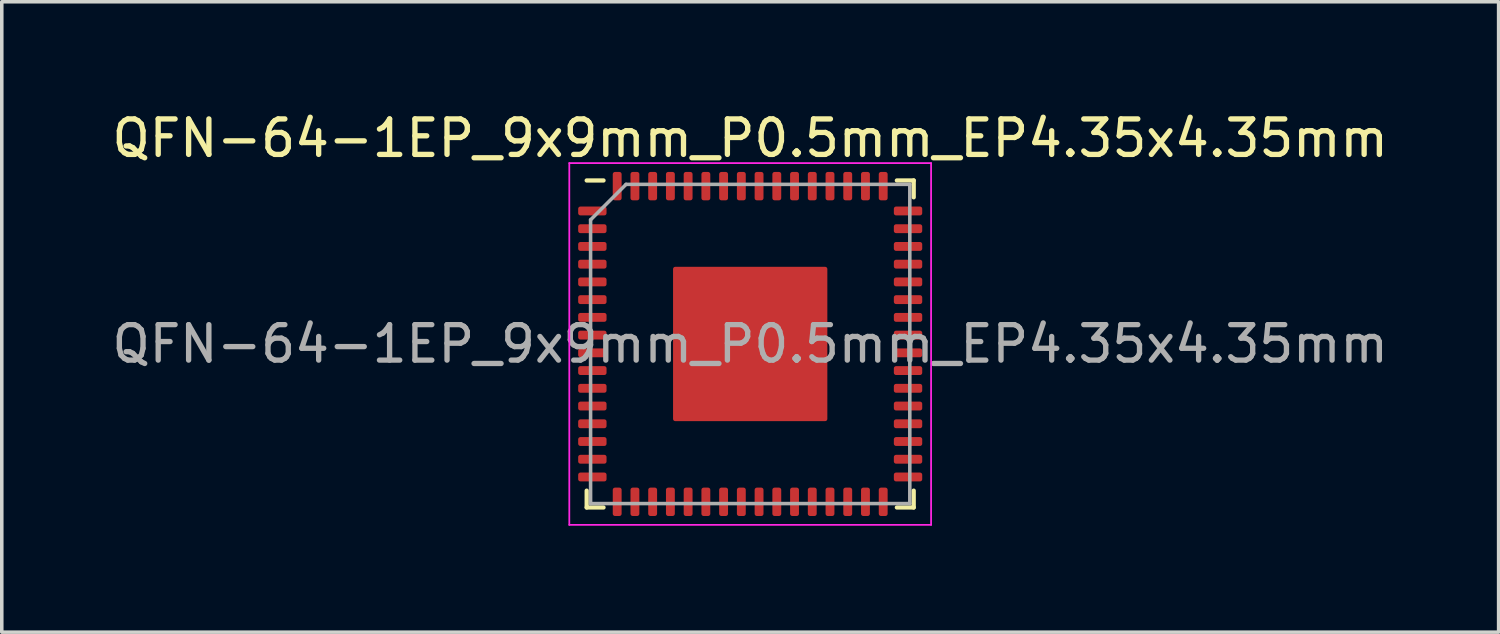
<source format=kicad_pcb>
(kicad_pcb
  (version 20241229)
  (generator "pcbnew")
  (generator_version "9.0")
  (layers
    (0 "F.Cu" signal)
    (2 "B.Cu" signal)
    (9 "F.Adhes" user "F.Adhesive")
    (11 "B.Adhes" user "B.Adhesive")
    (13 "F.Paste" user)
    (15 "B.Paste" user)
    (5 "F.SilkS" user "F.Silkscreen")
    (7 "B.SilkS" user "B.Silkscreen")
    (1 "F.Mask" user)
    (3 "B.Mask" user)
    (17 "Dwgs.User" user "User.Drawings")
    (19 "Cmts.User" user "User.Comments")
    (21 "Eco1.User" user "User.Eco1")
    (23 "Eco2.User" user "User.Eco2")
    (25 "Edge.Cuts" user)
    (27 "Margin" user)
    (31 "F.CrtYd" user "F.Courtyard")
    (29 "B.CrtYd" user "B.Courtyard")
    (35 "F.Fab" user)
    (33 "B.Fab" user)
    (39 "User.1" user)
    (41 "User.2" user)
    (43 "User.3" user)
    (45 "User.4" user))
  (footprint "QFN-64-1EP_9x9mm_P0.5mm_EP4.35x4.35mm"
    (layer "F.Cu")
    (at 18.101 6.648)
    (property "Reference" "QFN-64-1EP_9x9mm_P0.5mm_EP4.35x4.35mm" (at 0 -5.8 0) (layer "F.SilkS") (effects (font (size 1 1) (thickness 0.15))))
    (attr smd)
    (fp_line (start -4.61 4.61) (end -4.61 4.135) (stroke (width 0.12) (type solid)) (layer "F.SilkS"))
    (fp_line (start -4.135 -4.61) (end -4.61 -4.61) (stroke (width 0.12) (type solid)) (layer "F.SilkS"))
    (fp_line (start -4.135 4.61) (end -4.61 4.61) (stroke (width 0.12) (type solid)) (layer "F.SilkS"))
    (fp_line (start 4.135 -4.61) (end 4.61 -4.61) (stroke (width 0.12) (type solid)) (layer "F.SilkS"))
    (fp_line (start 4.135 4.61) (end 4.61 4.61) (stroke (width 0.12) (type solid)) (layer "F.SilkS"))
    (fp_line (start 4.61 -4.61) (end 4.61 -4.135) (stroke (width 0.12) (type solid)) (layer "F.SilkS"))
    (fp_line (start 4.61 4.61) (end 4.61 4.135) (stroke (width 0.12) (type solid)) (layer "F.SilkS"))
    (fp_line (start -5.1 -5.1) (end -5.1 5.1) (stroke (width 0.05) (type solid)) (layer "F.CrtYd"))
    (fp_line (start -5.1 5.1) (end 5.1 5.1) (stroke (width 0.05) (type solid)) (layer "F.CrtYd"))
    (fp_line (start 5.1 -5.1) (end -5.1 -5.1) (stroke (width 0.05) (type solid)) (layer "F.CrtYd"))
    (fp_line (start 5.1 5.1) (end 5.1 -5.1) (stroke (width 0.05) (type solid)) (layer "F.CrtYd"))
    (fp_line (start -4.5 -3.5) (end -3.5 -4.5) (stroke (width 0.1) (type solid)) (layer "F.Fab"))
    (fp_line (start -4.5 4.5) (end -4.5 -3.5) (stroke (width 0.1) (type solid)) (layer "F.Fab"))
    (fp_line (start -3.5 -4.5) (end 4.5 -4.5) (stroke (width 0.1) (type solid)) (layer "F.Fab"))
    (fp_line (start 4.5 -4.5) (end 4.5 4.5) (stroke (width 0.1) (type solid)) (layer "F.Fab"))
    (fp_line (start 4.5 4.5) (end -4.5 4.5) (stroke (width 0.1) (type solid)) (layer "F.Fab"))
    (fp_text user "${REFERENCE}" (at 0 0 0) (layer "F.Fab") (effects (font (size 1 1) (thickness 0.15))))
    (pad "" smd roundrect (at -1.45 -1.45) (size 1.17 1.17) (layers "F.Paste") (roundrect_rratio 0.214))
    (pad "" smd roundrect (at -1.45 0) (size 1.17 1.17) (layers "F.Paste") (roundrect_rratio 0.214))
    (pad "" smd roundrect (at -1.45 1.45) (size 1.17 1.17) (layers "F.Paste") (roundrect_rratio 0.214))
    (pad "" smd roundrect (at 0 -1.45) (size 1.17 1.17) (layers "F.Paste") (roundrect_rratio 0.214))
    (pad "" smd roundrect (at 0 0) (size 1.17 1.17) (layers "F.Paste") (roundrect_rratio 0.214))
    (pad "" smd roundrect (at 0 1.45) (size 1.17 1.17) (layers "F.Paste") (roundrect_rratio 0.214))
    (pad "" smd roundrect (at 1.45 -1.45) (size 1.17 1.17) (layers "F.Paste") (roundrect_rratio 0.214))
    (pad "" smd roundrect (at 1.45 0) (size 1.17 1.17) (layers "F.Paste") (roundrect_rratio 0.214))
    (pad "" smd roundrect (at 1.45 1.45) (size 1.17 1.17) (layers "F.Paste") (roundrect_rratio 0.214))
    (pad "1" smd roundrect (at -4.45 -3.75) (size 0.8 0.25) (layers "F.Cu" "F.Mask" "F.Paste") (roundrect_rratio 0.25))
    (pad "2" smd roundrect (at -4.45 -3.25) (size 0.8 0.25) (layers "F.Cu" "F.Mask" "F.Paste") (roundrect_rratio 0.25))
    (pad "3" smd roundrect (at -4.45 -2.75) (size 0.8 0.25) (layers "F.Cu" "F.Mask" "F.Paste") (roundrect_rratio 0.25))
    (pad "4" smd roundrect (at -4.45 -2.25) (size 0.8 0.25) (layers "F.Cu" "F.Mask" "F.Paste") (roundrect_rratio 0.25))
    (pad "5" smd roundrect (at -4.45 -1.75) (size 0.8 0.25) (layers "F.Cu" "F.Mask" "F.Paste") (roundrect_rratio 0.25))
    (pad "6" smd roundrect (at -4.45 -1.25) (size 0.8 0.25) (layers "F.Cu" "F.Mask" "F.Paste") (roundrect_rratio 0.25))
    (pad "7" smd roundrect (at -4.45 -0.75) (size 0.8 0.25) (layers "F.Cu" "F.Mask" "F.Paste") (roundrect_rratio 0.25))
    (pad "8" smd roundrect (at -4.45 -0.25) (size 0.8 0.25) (layers "F.Cu" "F.Mask" "F.Paste") (roundrect_rratio 0.25))
    (pad "9" smd roundrect (at -4.45 0.25) (size 0.8 0.25) (layers "F.Cu" "F.Mask" "F.Paste") (roundrect_rratio 0.25))
    (pad "10" smd roundrect (at -4.45 0.75) (size 0.8 0.25) (layers "F.Cu" "F.Mask" "F.Paste") (roundrect_rratio 0.25))
    (pad "11" smd roundrect (at -4.45 1.25) (size 0.8 0.25) (layers "F.Cu" "F.Mask" "F.Paste") (roundrect_rratio 0.25))
    (pad "12" smd roundrect (at -4.45 1.75) (size 0.8 0.25) (layers "F.Cu" "F.Mask" "F.Paste") (roundrect_rratio 0.25))
    (pad "13" smd roundrect (at -4.45 2.25) (size 0.8 0.25) (layers "F.Cu" "F.Mask" "F.Paste") (roundrect_rratio 0.25))
    (pad "14" smd roundrect (at -4.45 2.75) (size 0.8 0.25) (layers "F.Cu" "F.Mask" "F.Paste") (roundrect_rratio 0.25))
    (pad "15" smd roundrect (at -4.45 3.25) (size 0.8 0.25) (layers "F.Cu" "F.Mask" "F.Paste") (roundrect_rratio 0.25))
    (pad "16" smd roundrect (at -4.45 3.75) (size 0.8 0.25) (layers "F.Cu" "F.Mask" "F.Paste") (roundrect_rratio 0.25))
    (pad "17" smd roundrect (at -3.75 4.45) (size 0.25 0.8) (layers "F.Cu" "F.Mask" "F.Paste") (roundrect_rratio 0.25))
    (pad "18" smd roundrect (at -3.25 4.45) (size 0.25 0.8) (layers "F.Cu" "F.Mask" "F.Paste") (roundrect_rratio 0.25))
    (pad "19" smd roundrect (at -2.75 4.45) (size 0.25 0.8) (layers "F.Cu" "F.Mask" "F.Paste") (roundrect_rratio 0.25))
    (pad "20" smd roundrect (at -2.25 4.45) (size 0.25 0.8) (layers "F.Cu" "F.Mask" "F.Paste") (roundrect_rratio 0.25))
    (pad "21" smd roundrect (at -1.75 4.45) (size 0.25 0.8) (layers "F.Cu" "F.Mask" "F.Paste") (roundrect_rratio 0.25))
    (pad "22" smd roundrect (at -1.25 4.45) (size 0.25 0.8) (layers "F.Cu" "F.Mask" "F.Paste") (roundrect_rratio 0.25))
    (pad "23" smd roundrect (at -0.75 4.45) (size 0.25 0.8) (layers "F.Cu" "F.Mask" "F.Paste") (roundrect_rratio 0.25))
    (pad "24" smd roundrect (at -0.25 4.45) (size 0.25 0.8) (layers "F.Cu" "F.Mask" "F.Paste") (roundrect_rratio 0.25))
    (pad "25" smd roundrect (at 0.25 4.45) (size 0.25 0.8) (layers "F.Cu" "F.Mask" "F.Paste") (roundrect_rratio 0.25))
    (pad "26" smd roundrect (at 0.75 4.45) (size 0.25 0.8) (layers "F.Cu" "F.Mask" "F.Paste") (roundrect_rratio 0.25))
    (pad "27" smd roundrect (at 1.25 4.45) (size 0.25 0.8) (layers "F.Cu" "F.Mask" "F.Paste") (roundrect_rratio 0.25))
    (pad "28" smd roundrect (at 1.75 4.45) (size 0.25 0.8) (layers "F.Cu" "F.Mask" "F.Paste") (roundrect_rratio 0.25))
    (pad "29" smd roundrect (at 2.25 4.45) (size 0.25 0.8) (layers "F.Cu" "F.Mask" "F.Paste") (roundrect_rratio 0.25))
    (pad "30" smd roundrect (at 2.75 4.45) (size 0.25 0.8) (layers "F.Cu" "F.Mask" "F.Paste") (roundrect_rratio 0.25))
    (pad "31" smd roundrect (at 3.25 4.45) (size 0.25 0.8) (layers "F.Cu" "F.Mask" "F.Paste") (roundrect_rratio 0.25))
    (pad "32" smd roundrect (at 3.75 4.45) (size 0.25 0.8) (layers "F.Cu" "F.Mask" "F.Paste") (roundrect_rratio 0.25))
    (pad "33" smd roundrect (at 4.45 3.75) (size 0.8 0.25) (layers "F.Cu" "F.Mask" "F.Paste") (roundrect_rratio 0.25))
    (pad "34" smd roundrect (at 4.45 3.25) (size 0.8 0.25) (layers "F.Cu" "F.Mask" "F.Paste") (roundrect_rratio 0.25))
    (pad "35" smd roundrect (at 4.45 2.75) (size 0.8 0.25) (layers "F.Cu" "F.Mask" "F.Paste") (roundrect_rratio 0.25))
    (pad "36" smd roundrect (at 4.45 2.25) (size 0.8 0.25) (layers "F.Cu" "F.Mask" "F.Paste") (roundrect_rratio 0.25))
    (pad "37" smd roundrect (at 4.45 1.75) (size 0.8 0.25) (layers "F.Cu" "F.Mask" "F.Paste") (roundrect_rratio 0.25))
    (pad "38" smd roundrect (at 4.45 1.25) (size 0.8 0.25) (layers "F.Cu" "F.Mask" "F.Paste") (roundrect_rratio 0.25))
    (pad "39" smd roundrect (at 4.45 0.75) (size 0.8 0.25) (layers "F.Cu" "F.Mask" "F.Paste") (roundrect_rratio 0.25))
    (pad "40" smd roundrect (at 4.45 0.25) (size 0.8 0.25) (layers "F.Cu" "F.Mask" "F.Paste") (roundrect_rratio 0.25))
    (pad "41" smd roundrect (at 4.45 -0.25) (size 0.8 0.25) (layers "F.Cu" "F.Mask" "F.Paste") (roundrect_rratio 0.25))
    (pad "42" smd roundrect (at 4.45 -0.75) (size 0.8 0.25) (layers "F.Cu" "F.Mask" "F.Paste") (roundrect_rratio 0.25))
    (pad "43" smd roundrect (at 4.45 -1.25) (size 0.8 0.25) (layers "F.Cu" "F.Mask" "F.Paste") (roundrect_rratio 0.25))
    (pad "44" smd roundrect (at 4.45 -1.75) (size 0.8 0.25) (layers "F.Cu" "F.Mask" "F.Paste") (roundrect_rratio 0.25))
    (pad "45" smd roundrect (at 4.45 -2.25) (size 0.8 0.25) (layers "F.Cu" "F.Mask" "F.Paste") (roundrect_rratio 0.25))
    (pad "46" smd roundrect (at 4.45 -2.75) (size 0.8 0.25) (layers "F.Cu" "F.Mask" "F.Paste") (roundrect_rratio 0.25))
    (pad "47" smd roundrect (at 4.45 -3.25) (size 0.8 0.25) (layers "F.Cu" "F.Mask" "F.Paste") (roundrect_rratio 0.25))
    (pad "48" smd roundrect (at 4.45 -3.75) (size 0.8 0.25) (layers "F.Cu" "F.Mask" "F.Paste") (roundrect_rratio 0.25))
    (pad "49" smd roundrect (at 3.75 -4.45) (size 0.25 0.8) (layers "F.Cu" "F.Mask" "F.Paste") (roundrect_rratio 0.25))
    (pad "50" smd roundrect (at 3.25 -4.45) (size 0.25 0.8) (layers "F.Cu" "F.Mask" "F.Paste") (roundrect_rratio 0.25))
    (pad "51" smd roundrect (at 2.75 -4.45) (size 0.25 0.8) (layers "F.Cu" "F.Mask" "F.Paste") (roundrect_rratio 0.25))
    (pad "52" smd roundrect (at 2.25 -4.45) (size 0.25 0.8) (layers "F.Cu" "F.Mask" "F.Paste") (roundrect_rratio 0.25))
    (pad "53" smd roundrect (at 1.75 -4.45) (size 0.25 0.8) (layers "F.Cu" "F.Mask" "F.Paste") (roundrect_rratio 0.25))
    (pad "54" smd roundrect (at 1.25 -4.45) (size 0.25 0.8) (layers "F.Cu" "F.Mask" "F.Paste") (roundrect_rratio 0.25))
    (pad "55" smd roundrect (at 0.75 -4.45) (size 0.25 0.8) (layers "F.Cu" "F.Mask" "F.Paste") (roundrect_rratio 0.25))
    (pad "56" smd roundrect (at 0.25 -4.45) (size 0.25 0.8) (layers "F.Cu" "F.Mask" "F.Paste") (roundrect_rratio 0.25))
    (pad "57" smd roundrect (at -0.25 -4.45) (size 0.25 0.8) (layers "F.Cu" "F.Mask" "F.Paste") (roundrect_rratio 0.25))
    (pad "58" smd roundrect (at -0.75 -4.45) (size 0.25 0.8) (layers "F.Cu" "F.Mask" "F.Paste") (roundrect_rratio 0.25))
    (pad "59" smd roundrect (at -1.25 -4.45) (size 0.25 0.8) (layers "F.Cu" "F.Mask" "F.Paste") (roundrect_rratio 0.25))
    (pad "60" smd roundrect (at -1.75 -4.45) (size 0.25 0.8) (layers "F.Cu" "F.Mask" "F.Paste") (roundrect_rratio 0.25))
    (pad "61" smd roundrect (at -2.25 -4.45) (size 0.25 0.8) (layers "F.Cu" "F.Mask" "F.Paste") (roundrect_rratio 0.25))
    (pad "62" smd roundrect (at -2.75 -4.45) (size 0.25 0.8) (layers "F.Cu" "F.Mask" "F.Paste") (roundrect_rratio 0.25))
    (pad "63" smd roundrect (at -3.25 -4.45) (size 0.25 0.8) (layers "F.Cu" "F.Mask" "F.Paste") (roundrect_rratio 0.25))
    (pad "64" smd roundrect (at -3.75 -4.45) (size 0.25 0.8) (layers "F.Cu" "F.Mask" "F.Paste") (roundrect_rratio 0.25))
    (pad "65" smd roundrect (at 0 0) (size 4.35 4.35) (layers "F.Cu" "F.Mask") (roundrect_rratio 0.014)))
  (gr_rect
    (start -3 -3)
    (end 39.202 14.773)
    (stroke (width 0.1) (type default))
    (fill no)
    (layer "Edge.Cuts")))
</source>
